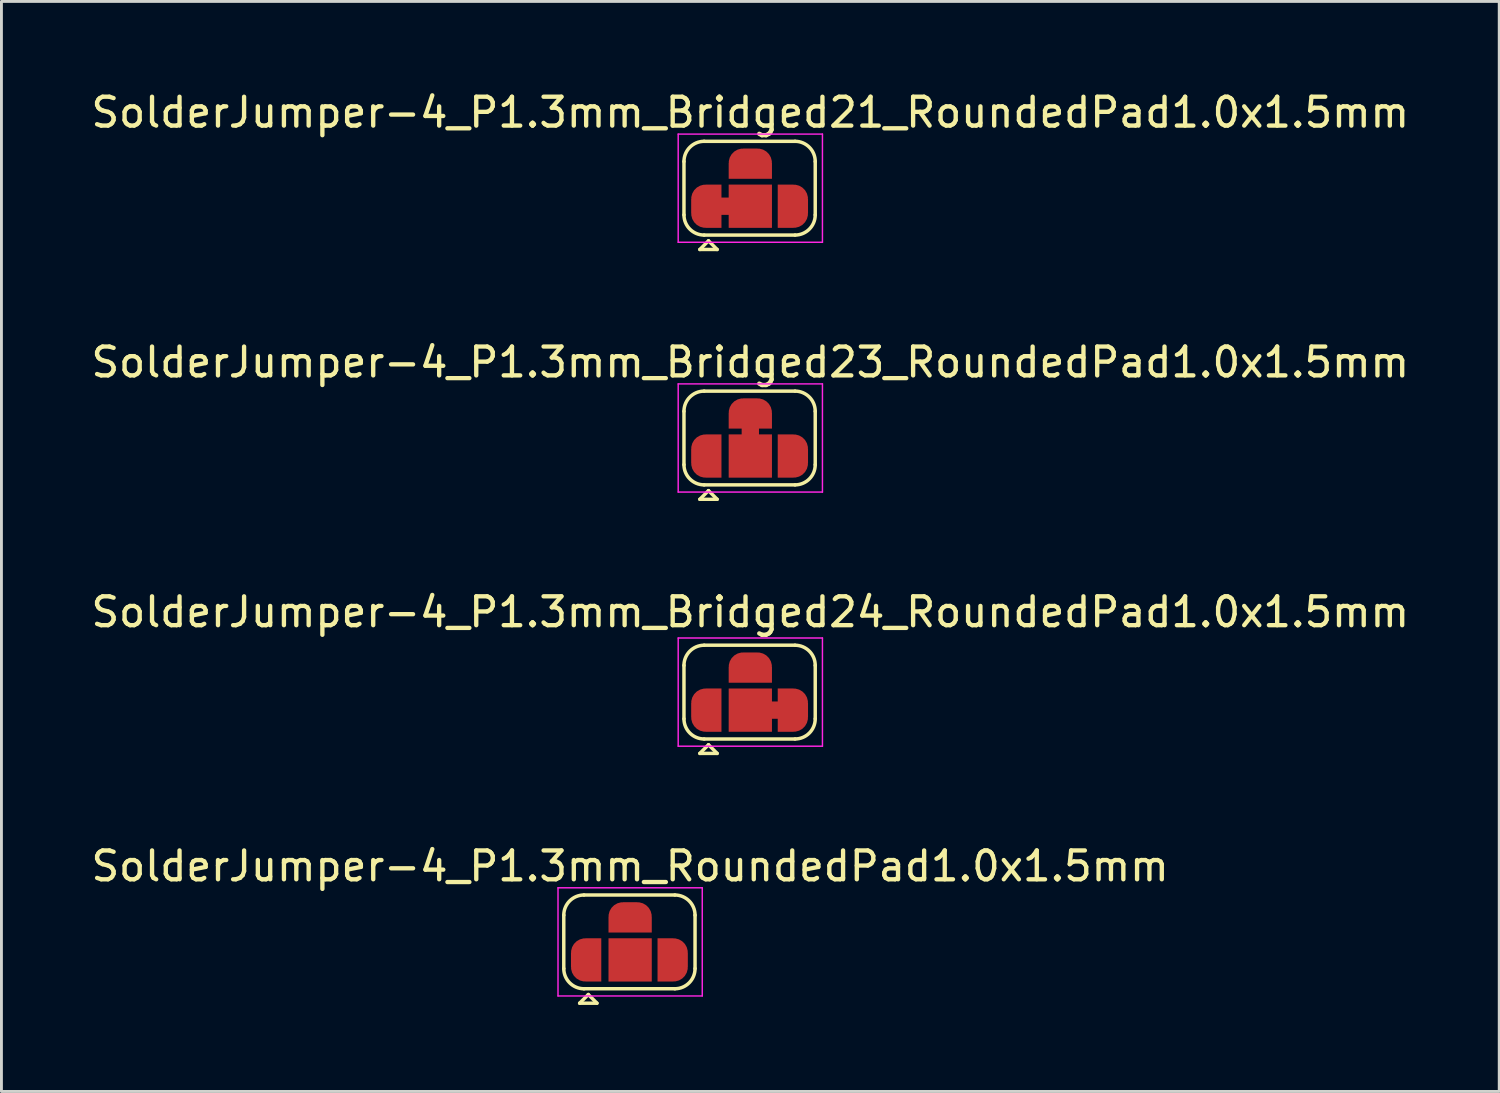
<source format=kicad_pcb>
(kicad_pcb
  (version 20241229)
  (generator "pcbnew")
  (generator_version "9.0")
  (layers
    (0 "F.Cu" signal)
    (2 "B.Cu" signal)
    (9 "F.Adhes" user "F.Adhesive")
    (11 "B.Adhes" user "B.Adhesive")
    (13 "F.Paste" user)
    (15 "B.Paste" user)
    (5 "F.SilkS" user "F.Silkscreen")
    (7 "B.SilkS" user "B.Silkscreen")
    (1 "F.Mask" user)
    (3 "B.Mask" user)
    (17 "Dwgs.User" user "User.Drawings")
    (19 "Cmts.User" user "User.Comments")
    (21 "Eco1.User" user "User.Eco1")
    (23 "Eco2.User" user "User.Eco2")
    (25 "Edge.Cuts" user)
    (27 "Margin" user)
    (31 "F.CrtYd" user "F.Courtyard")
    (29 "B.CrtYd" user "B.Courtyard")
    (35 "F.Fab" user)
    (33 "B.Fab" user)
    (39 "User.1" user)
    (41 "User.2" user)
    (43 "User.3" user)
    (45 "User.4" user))
  (footprint "SolderJumper-4_P1.3mm_Bridged23_RoundedPad1.0x1.5mm"
    (layer "F.Cu")
    (at 22.958 12.757)
    (property "Reference" "SolderJumper-4_P1.3mm_Bridged23_RoundedPad1.0x1.5mm" (at 0 -3.25 0) (layer "F.SilkS") (effects (font (size 1 1) (thickness 0.15))))
    (attr through_hole)
    (fp_poly (pts (xy -0.3 -0.6) (xy -0.3 -1.2) (xy 0.3 -1.2) (xy 0.3 -0.6)) (stroke (width 0) (type solid)) (fill yes) (layer "F.Cu"))
    (fp_line (start -2.3 0.3) (end -2.3 -1.55) (stroke (width 0.12) (type solid)) (layer "F.SilkS"))
    (fp_line (start -1.75 1.5) (end -1.15 1.5) (stroke (width 0.12) (type solid)) (layer "F.SilkS"))
    (fp_line (start -1.6 -2.25) (end 1.55 -2.25) (stroke (width 0.12) (type solid)) (layer "F.SilkS"))
    (fp_line (start -1.45 1.2) (end -1.75 1.5) (stroke (width 0.12) (type solid)) (layer "F.SilkS"))
    (fp_line (start -1.45 1.2) (end -1.15 1.5) (stroke (width 0.12) (type solid)) (layer "F.SilkS"))
    (fp_line (start 1.55 1) (end -1.6 1) (stroke (width 0.12) (type solid)) (layer "F.SilkS"))
    (fp_line (start 2.25 -1.55) (end 2.25 0.3) (stroke (width 0.12) (type solid)) (layer "F.SilkS"))
    (fp_arc (start -2.3 -1.55) (mid -2.094975 -2.044975) (end -1.6 -2.25) (stroke (width 0.12) (type solid)) (layer "F.SilkS"))
    (fp_arc (start -1.6 1) (mid -2.094975 0.794975) (end -2.3 0.3) (stroke (width 0.12) (type solid)) (layer "F.SilkS"))
    (fp_arc (start 1.55 -2.25) (mid 2.044975 -2.044975) (end 2.25 -1.55) (stroke (width 0.12) (type solid)) (layer "F.SilkS"))
    (fp_arc (start 2.25 0.3) (mid 2.044975 0.794975) (end 1.55 1) (stroke (width 0.12) (type solid)) (layer "F.SilkS"))
    (fp_line (start -2.5 -2.5) (end -2.5 1.25) (stroke (width 0.05) (type solid)) (layer "F.CrtYd"))
    (fp_line (start -2.5 -2.5) (end 2.5 -2.5) (stroke (width 0.05) (type solid)) (layer "F.CrtYd"))
    (fp_line (start 2.5 1.25) (end -2.5 1.25) (stroke (width 0.05) (type solid)) (layer "F.CrtYd"))
    (fp_line (start 2.5 1.25) (end 2.5 -2.5) (stroke (width 0.05) (type solid)) (layer "F.CrtYd"))
    (pad "1" smd custom (at -1.55 0) (size 1 0.5) (layers "F.Cu" "F.Mask") (options (anchor rect)) (primitives (gr_circle (center 0 0.25) (end 0.5 0.25) (width 0) (fill yes)) (gr_circle (center 0 -0.25) (end 0.5 -0.25) (width 0) (fill yes)) (gr_poly (pts (xy 0.55 -0.75) (xy 0 -0.75) (xy 0 0.75) (xy 0.55 0.75)) (width 0) (fill yes))))
    (pad "2" smd rect (at 0 0) (size 1.5 1.5) (layers "F.Cu" "F.Mask"))
    (pad "3" smd custom (at 0 -1.5 270) (size 1 0.5) (layers "F.Cu" "F.Mask") (options (anchor rect)) (primitives (gr_circle (center 0 0.25) (end 0.5 0.25) (width 0) (fill yes)) (gr_circle (center 0 -0.25) (end 0.5 -0.25) (width 0) (fill yes)) (gr_poly (pts (xy 0.55 -0.75) (xy 0 -0.75) (xy 0 0.75) (xy 0.55 0.75)) (width 0) (fill yes))))
    (pad "4" smd custom (at 1.5 0) (size 1 0.5) (layers "F.Cu" "F.Mask") (options (anchor rect)) (primitives (gr_circle (center 0 0.25) (end 0.5 0.25) (width 0) (fill yes)) (gr_circle (center 0 -0.25) (end 0.5 -0.25) (width 0) (fill yes)) (gr_poly (pts (xy -0.55 -0.75) (xy 0 -0.75) (xy 0 0.75) (xy -0.55 0.75)) (width 0) (fill yes)))))
  (footprint "SolderJumper-4_P1.3mm_Bridged24_RoundedPad1.0x1.5mm"
    (layer "F.Cu")
    (at 22.958 21.565)
    (property "Reference" "SolderJumper-4_P1.3mm_Bridged24_RoundedPad1.0x1.5mm" (at 0 -3.4 0) (layer "F.SilkS") (effects (font (size 1 1) (thickness 0.15))))
    (attr through_hole)
    (fp_poly (pts (xy 0.6 -0.3) (xy 1.1 -0.3) (xy 1.1 0.3) (xy 0.6 0.3)) (stroke (width 0) (type solid)) (fill yes) (layer "F.Cu"))
    (fp_line (start -2.3 0.3) (end -2.3 -1.55) (stroke (width 0.12) (type solid)) (layer "F.SilkS"))
    (fp_line (start -1.75 1.5) (end -1.15 1.5) (stroke (width 0.12) (type solid)) (layer "F.SilkS"))
    (fp_line (start -1.6 -2.25) (end 1.55 -2.25) (stroke (width 0.12) (type solid)) (layer "F.SilkS"))
    (fp_line (start -1.45 1.2) (end -1.75 1.5) (stroke (width 0.12) (type solid)) (layer "F.SilkS"))
    (fp_line (start -1.45 1.2) (end -1.15 1.5) (stroke (width 0.12) (type solid)) (layer "F.SilkS"))
    (fp_line (start 1.55 1) (end -1.6 1) (stroke (width 0.12) (type solid)) (layer "F.SilkS"))
    (fp_line (start 2.25 -1.55) (end 2.25 0.3) (stroke (width 0.12) (type solid)) (layer "F.SilkS"))
    (fp_arc (start -2.3 -1.55) (mid -2.094975 -2.044975) (end -1.6 -2.25) (stroke (width 0.12) (type solid)) (layer "F.SilkS"))
    (fp_arc (start -1.6 1) (mid -2.094975 0.794975) (end -2.3 0.3) (stroke (width 0.12) (type solid)) (layer "F.SilkS"))
    (fp_arc (start 1.55 -2.25) (mid 2.044975 -2.044975) (end 2.25 -1.55) (stroke (width 0.12) (type solid)) (layer "F.SilkS"))
    (fp_arc (start 2.25 0.3) (mid 2.044975 0.794975) (end 1.55 1) (stroke (width 0.12) (type solid)) (layer "F.SilkS"))
    (fp_line (start -2.5 -2.5) (end -2.5 1.25) (stroke (width 0.05) (type solid)) (layer "F.CrtYd"))
    (fp_line (start -2.5 -2.5) (end 2.5 -2.5) (stroke (width 0.05) (type solid)) (layer "F.CrtYd"))
    (fp_line (start 2.5 1.25) (end -2.5 1.25) (stroke (width 0.05) (type solid)) (layer "F.CrtYd"))
    (fp_line (start 2.5 1.25) (end 2.5 -2.5) (stroke (width 0.05) (type solid)) (layer "F.CrtYd"))
    (pad "1" smd custom (at -1.55 0) (size 1 0.5) (layers "F.Cu" "F.Mask") (options (anchor rect)) (primitives (gr_circle (center 0 0.25) (end 0.5 0.25) (width 0) (fill yes)) (gr_circle (center 0 -0.25) (end 0.5 -0.25) (width 0) (fill yes)) (gr_poly (pts (xy 0.55 -0.75) (xy 0 -0.75) (xy 0 0.75) (xy 0.55 0.75)) (width 0) (fill yes))))
    (pad "2" smd rect (at 0 0) (size 1.5 1.5) (layers "F.Cu" "F.Mask"))
    (pad "3" smd custom (at 0 -1.5 270) (size 1 0.5) (layers "F.Cu" "F.Mask") (options (anchor rect)) (primitives (gr_circle (center 0 0.25) (end 0.5 0.25) (width 0) (fill yes)) (gr_circle (center 0 -0.25) (end 0.5 -0.25) (width 0) (fill yes)) (gr_poly (pts (xy 0.55 -0.75) (xy 0 -0.75) (xy 0 0.75) (xy 0.55 0.75)) (width 0) (fill yes))))
    (pad "4" smd custom (at 1.5 0) (size 1 0.5) (layers "F.Cu" "F.Mask") (options (anchor rect)) (primitives (gr_circle (center 0 0.25) (end 0.5 0.25) (width 0) (fill yes)) (gr_circle (center 0 -0.25) (end 0.5 -0.25) (width 0) (fill yes)) (gr_poly (pts (xy -0.55 -0.75) (xy 0 -0.75) (xy 0 0.75) (xy -0.55 0.75)) (width 0) (fill yes)))))
  (footprint "SolderJumper-4_P1.3mm_RoundedPad1.0x1.5mm"
    (layer "F.Cu")
    (at 18.792 30.223)
    (property "Reference" "SolderJumper-4_P1.3mm_RoundedPad1.0x1.5mm" (at 0 -3.25 0) (layer "F.SilkS") (effects (font (size 1 1) (thickness 0.15))))
    (attr through_hole)
    (fp_line (start -2.3 0.3) (end -2.3 -1.55) (stroke (width 0.12) (type solid)) (layer "F.SilkS"))
    (fp_line (start -1.75 1.5) (end -1.15 1.5) (stroke (width 0.12) (type solid)) (layer "F.SilkS"))
    (fp_line (start -1.6 -2.25) (end 1.55 -2.25) (stroke (width 0.12) (type solid)) (layer "F.SilkS"))
    (fp_line (start -1.45 1.2) (end -1.75 1.5) (stroke (width 0.12) (type solid)) (layer "F.SilkS"))
    (fp_line (start -1.45 1.2) (end -1.15 1.5) (stroke (width 0.12) (type solid)) (layer "F.SilkS"))
    (fp_line (start 1.55 1) (end -1.6 1) (stroke (width 0.12) (type solid)) (layer "F.SilkS"))
    (fp_line (start 2.25 -1.55) (end 2.25 0.3) (stroke (width 0.12) (type solid)) (layer "F.SilkS"))
    (fp_arc (start -2.3 -1.55) (mid -2.094975 -2.044975) (end -1.6 -2.25) (stroke (width 0.12) (type solid)) (layer "F.SilkS"))
    (fp_arc (start -1.6 1) (mid -2.094975 0.794975) (end -2.3 0.3) (stroke (width 0.12) (type solid)) (layer "F.SilkS"))
    (fp_arc (start 1.55 -2.25) (mid 2.044975 -2.044975) (end 2.25 -1.55) (stroke (width 0.12) (type solid)) (layer "F.SilkS"))
    (fp_arc (start 2.25 0.3) (mid 2.044975 0.794975) (end 1.55 1) (stroke (width 0.12) (type solid)) (layer "F.SilkS"))
    (fp_line (start -2.5 -2.5) (end -2.5 1.25) (stroke (width 0.05) (type solid)) (layer "F.CrtYd"))
    (fp_line (start -2.5 -2.5) (end 2.5 -2.5) (stroke (width 0.05) (type solid)) (layer "F.CrtYd"))
    (fp_line (start 2.5 1.25) (end -2.5 1.25) (stroke (width 0.05) (type solid)) (layer "F.CrtYd"))
    (fp_line (start 2.5 1.25) (end 2.5 -2.5) (stroke (width 0.05) (type solid)) (layer "F.CrtYd"))
    (pad "1" smd custom (at -1.55 0) (size 1 0.5) (layers "F.Cu" "F.Mask") (options (anchor rect)) (primitives (gr_circle (center 0 0.25) (end 0.5 0.25) (width 0) (fill yes)) (gr_circle (center 0 -0.25) (end 0.5 -0.25) (width 0) (fill yes)) (gr_poly (pts (xy 0.55 -0.75) (xy 0 -0.75) (xy 0 0.75) (xy 0.55 0.75)) (width 0) (fill yes))))
    (pad "2" smd rect (at 0 0) (size 1.5 1.5) (layers "F.Cu" "F.Mask"))
    (pad "3" smd custom (at 0 -1.5 270) (size 1 0.5) (layers "F.Cu" "F.Mask") (options (anchor rect)) (primitives (gr_circle (center 0 0.25) (end 0.5 0.25) (width 0) (fill yes)) (gr_circle (center 0 -0.25) (end 0.5 -0.25) (width 0) (fill yes)) (gr_poly (pts (xy 0.55 -0.75) (xy 0 -0.75) (xy 0 0.75) (xy 0.55 0.75)) (width 0) (fill yes))))
    (pad "4" smd custom (at 1.5 0) (size 1 0.5) (layers "F.Cu" "F.Mask") (options (anchor rect)) (primitives (gr_circle (center 0 0.25) (end 0.5 0.25) (width 0) (fill yes)) (gr_circle (center 0 -0.25) (end 0.5 -0.25) (width 0) (fill yes)) (gr_poly (pts (xy -0.55 -0.75) (xy 0 -0.75) (xy 0 0.75) (xy -0.55 0.75)) (width 0) (fill yes)))))
  (footprint "SolderJumper-4_P1.3mm_Bridged21_RoundedPad1.0x1.5mm"
    (layer "F.Cu")
    (at 22.958 4.098)
    (property "Reference" "SolderJumper-4_P1.3mm_Bridged21_RoundedPad1.0x1.5mm" (at 0 -3.25 0) (layer "F.SilkS") (effects (font (size 1 1) (thickness 0.15))))
    (attr through_hole)
    (fp_poly (pts (xy -1.15 -0.3) (xy -0.65 -0.3) (xy -0.65 0.3) (xy -1.15 0.3)) (stroke (width 0) (type solid)) (fill yes) (layer "F.Cu"))
    (fp_line (start -2.3 0.3) (end -2.3 -1.55) (stroke (width 0.12) (type solid)) (layer "F.SilkS"))
    (fp_line (start -1.75 1.5) (end -1.15 1.5) (stroke (width 0.12) (type solid)) (layer "F.SilkS"))
    (fp_line (start -1.6 -2.25) (end 1.55 -2.25) (stroke (width 0.12) (type solid)) (layer "F.SilkS"))
    (fp_line (start -1.45 1.2) (end -1.75 1.5) (stroke (width 0.12) (type solid)) (layer "F.SilkS"))
    (fp_line (start -1.45 1.2) (end -1.15 1.5) (stroke (width 0.12) (type solid)) (layer "F.SilkS"))
    (fp_line (start 1.55 1) (end -1.6 1) (stroke (width 0.12) (type solid)) (layer "F.SilkS"))
    (fp_line (start 2.25 -1.55) (end 2.25 0.3) (stroke (width 0.12) (type solid)) (layer "F.SilkS"))
    (fp_arc (start -2.3 -1.55) (mid -2.094975 -2.044975) (end -1.6 -2.25) (stroke (width 0.12) (type solid)) (layer "F.SilkS"))
    (fp_arc (start -1.6 1) (mid -2.094975 0.794975) (end -2.3 0.3) (stroke (width 0.12) (type solid)) (layer "F.SilkS"))
    (fp_arc (start 1.55 -2.25) (mid 2.044975 -2.044975) (end 2.25 -1.55) (stroke (width 0.12) (type solid)) (layer "F.SilkS"))
    (fp_arc (start 2.25 0.3) (mid 2.044975 0.794975) (end 1.55 1) (stroke (width 0.12) (type solid)) (layer "F.SilkS"))
    (fp_line (start -2.5 -2.5) (end -2.5 1.25) (stroke (width 0.05) (type solid)) (layer "F.CrtYd"))
    (fp_line (start -2.5 -2.5) (end 2.5 -2.5) (stroke (width 0.05) (type solid)) (layer "F.CrtYd"))
    (fp_line (start 2.5 1.25) (end -2.5 1.25) (stroke (width 0.05) (type solid)) (layer "F.CrtYd"))
    (fp_line (start 2.5 1.25) (end 2.5 -2.5) (stroke (width 0.05) (type solid)) (layer "F.CrtYd"))
    (pad "1" smd custom (at -1.55 0) (size 1 0.5) (layers "F.Cu" "F.Mask") (options (anchor rect)) (primitives (gr_circle (center 0 0.25) (end 0.5 0.25) (width 0) (fill yes)) (gr_circle (center 0 -0.25) (end 0.5 -0.25) (width 0) (fill yes)) (gr_poly (pts (xy 0.55 -0.75) (xy 0 -0.75) (xy 0 0.75) (xy 0.55 0.75)) (width 0) (fill yes))))
    (pad "2" smd rect (at 0 0) (size 1.5 1.5) (layers "F.Cu" "F.Mask"))
    (pad "3" smd custom (at 0 -1.5 270) (size 1 0.5) (layers "F.Cu" "F.Mask") (options (anchor rect)) (primitives (gr_circle (center 0 0.25) (end 0.5 0.25) (width 0) (fill yes)) (gr_circle (center 0 -0.25) (end 0.5 -0.25) (width 0) (fill yes)) (gr_poly (pts (xy 0.55 -0.75) (xy 0 -0.75) (xy 0 0.75) (xy 0.55 0.75)) (width 0) (fill yes))))
    (pad "4" smd custom (at 1.5 0) (size 1 0.5) (layers "F.Cu" "F.Mask") (options (anchor rect)) (primitives (gr_circle (center 0 0.25) (end 0.5 0.25) (width 0) (fill yes)) (gr_circle (center 0 -0.25) (end 0.5 -0.25) (width 0) (fill yes)) (gr_poly (pts (xy -0.55 -0.75) (xy 0 -0.75) (xy 0 0.75) (xy -0.55 0.75)) (width 0) (fill yes)))))
  (gr_rect
    (start -3 -3)
    (end 48.917 34.783)
    (stroke (width 0.1) (type default))
    (fill no)
    (layer "Edge.Cuts")))
</source>
